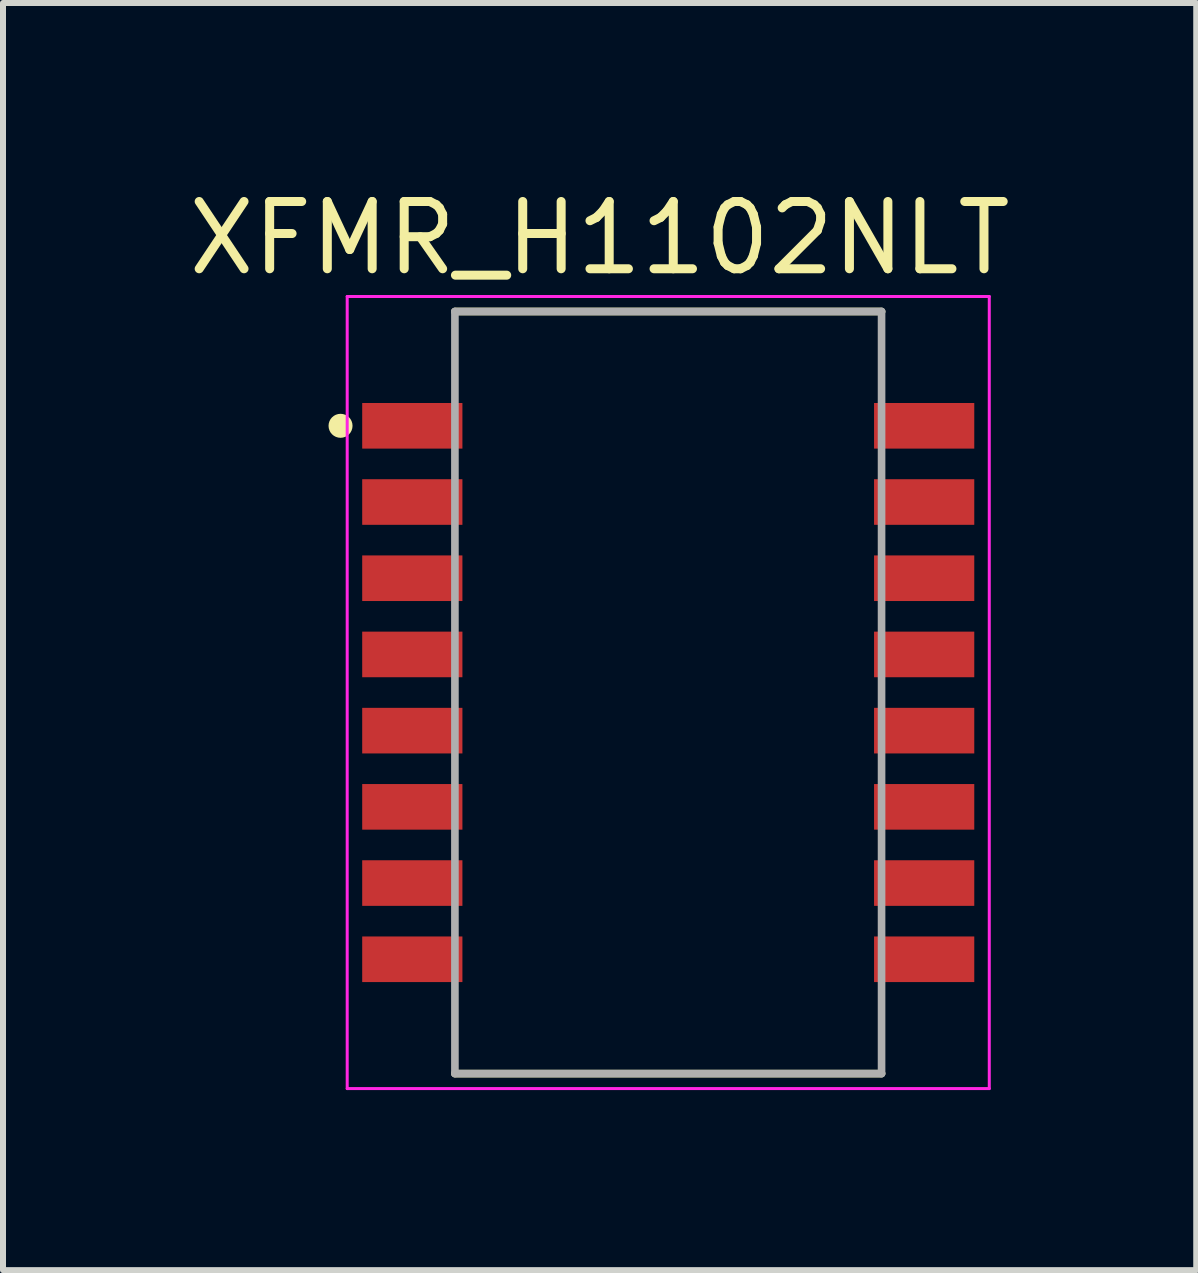
<source format=kicad_pcb>
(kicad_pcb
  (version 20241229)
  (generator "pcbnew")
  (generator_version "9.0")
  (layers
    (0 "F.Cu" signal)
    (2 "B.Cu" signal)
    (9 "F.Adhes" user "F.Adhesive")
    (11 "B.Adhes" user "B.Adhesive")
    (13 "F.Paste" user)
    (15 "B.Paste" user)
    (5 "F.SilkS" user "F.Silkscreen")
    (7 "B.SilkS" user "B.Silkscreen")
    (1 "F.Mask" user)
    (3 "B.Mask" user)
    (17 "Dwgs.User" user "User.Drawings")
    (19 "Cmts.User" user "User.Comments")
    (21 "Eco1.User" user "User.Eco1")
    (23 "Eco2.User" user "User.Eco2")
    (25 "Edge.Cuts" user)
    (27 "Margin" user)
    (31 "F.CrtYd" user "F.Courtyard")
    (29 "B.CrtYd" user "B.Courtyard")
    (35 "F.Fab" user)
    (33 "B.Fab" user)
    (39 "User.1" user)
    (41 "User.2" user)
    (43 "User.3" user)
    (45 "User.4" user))
  (footprint "XFMR_H1102NLT"
    (layer "F.Cu")
    (at 8.086 8.491)
    (property "Reference" "XFMR_H1102NLT" (at -1.144 -7.573 0) (layer "F.SilkS") (effects (font (size 1.121 1.121) (thickness 0.15))))
    (attr smd)
    (fp_line (start -3.555 -6.35) (end 3.555 -6.35) (stroke (width 0.127) (type solid)) (layer "F.SilkS"))
    (fp_line (start -3.555 6.35) (end 3.555 6.35) (stroke (width 0.127) (type solid)) (layer "F.SilkS"))
    (fp_circle (center -5.461 -4.445) (end -5.361 -4.445) (stroke (width 0.2) (type solid)) (fill no) (layer "F.SilkS"))
    (fp_line (start -5.35 -6.6) (end -5.35 6.6) (stroke (width 0.05) (type solid)) (layer "F.CrtYd"))
    (fp_line (start -5.35 6.6) (end 5.35 6.6) (stroke (width 0.05) (type solid)) (layer "F.CrtYd"))
    (fp_line (start 5.35 -6.6) (end -5.35 -6.6) (stroke (width 0.05) (type solid)) (layer "F.CrtYd"))
    (fp_line (start 5.35 6.6) (end 5.35 -6.6) (stroke (width 0.05) (type solid)) (layer "F.CrtYd"))
    (fp_line (start -3.555 -6.35) (end 3.555 -6.35) (stroke (width 0.127) (type solid)) (layer "F.Fab"))
    (fp_line (start -3.555 6.35) (end -3.555 -6.35) (stroke (width 0.127) (type solid)) (layer "F.Fab"))
    (fp_line (start 3.555 -6.35) (end 3.555 6.35) (stroke (width 0.127) (type solid)) (layer "F.Fab"))
    (fp_line (start 3.555 6.35) (end -3.555 6.35) (stroke (width 0.127) (type solid)) (layer "F.Fab"))
    (pad "1" smd rect (at -4.265 -4.445) (size 1.67 0.76) (layers "F.Cu" "F.Mask" "F.Paste"))
    (pad "2" smd rect (at -4.265 -3.175) (size 1.67 0.76) (layers "F.Cu" "F.Mask" "F.Paste"))
    (pad "3" smd rect (at -4.265 -1.905) (size 1.67 0.76) (layers "F.Cu" "F.Mask" "F.Paste"))
    (pad "4" smd rect (at -4.265 -0.635) (size 1.67 0.76) (layers "F.Cu" "F.Mask" "F.Paste"))
    (pad "5" smd rect (at -4.265 0.635) (size 1.67 0.76) (layers "F.Cu" "F.Mask" "F.Paste"))
    (pad "6" smd rect (at -4.265 1.905) (size 1.67 0.76) (layers "F.Cu" "F.Mask" "F.Paste"))
    (pad "7" smd rect (at -4.265 3.175) (size 1.67 0.76) (layers "F.Cu" "F.Mask" "F.Paste"))
    (pad "8" smd rect (at -4.265 4.445) (size 1.67 0.76) (layers "F.Cu" "F.Mask" "F.Paste"))
    (pad "9" smd rect (at 4.265 4.445 180) (size 1.67 0.76) (layers "F.Cu" "F.Mask" "F.Paste"))
    (pad "10" smd rect (at 4.265 3.175 180) (size 1.67 0.76) (layers "F.Cu" "F.Mask" "F.Paste"))
    (pad "11" smd rect (at 4.265 1.905 180) (size 1.67 0.76) (layers "F.Cu" "F.Mask" "F.Paste"))
    (pad "12" smd rect (at 4.265 0.635 180) (size 1.67 0.76) (layers "F.Cu" "F.Mask" "F.Paste"))
    (pad "13" smd rect (at 4.265 -0.635 180) (size 1.67 0.76) (layers "F.Cu" "F.Mask" "F.Paste"))
    (pad "14" smd rect (at 4.265 -1.905 180) (size 1.67 0.76) (layers "F.Cu" "F.Mask" "F.Paste"))
    (pad "15" smd rect (at 4.265 -3.175 180) (size 1.67 0.76) (layers "F.Cu" "F.Mask" "F.Paste"))
    (pad "16" smd rect (at 4.265 -4.445 180) (size 1.67 0.76) (layers "F.Cu" "F.Mask" "F.Paste")))
  (gr_rect
    (start -3 -3)
    (end 16.885 18.116)
    (stroke (width 0.1) (type default))
    (fill no)
    (layer "Edge.Cuts")))
</source>
